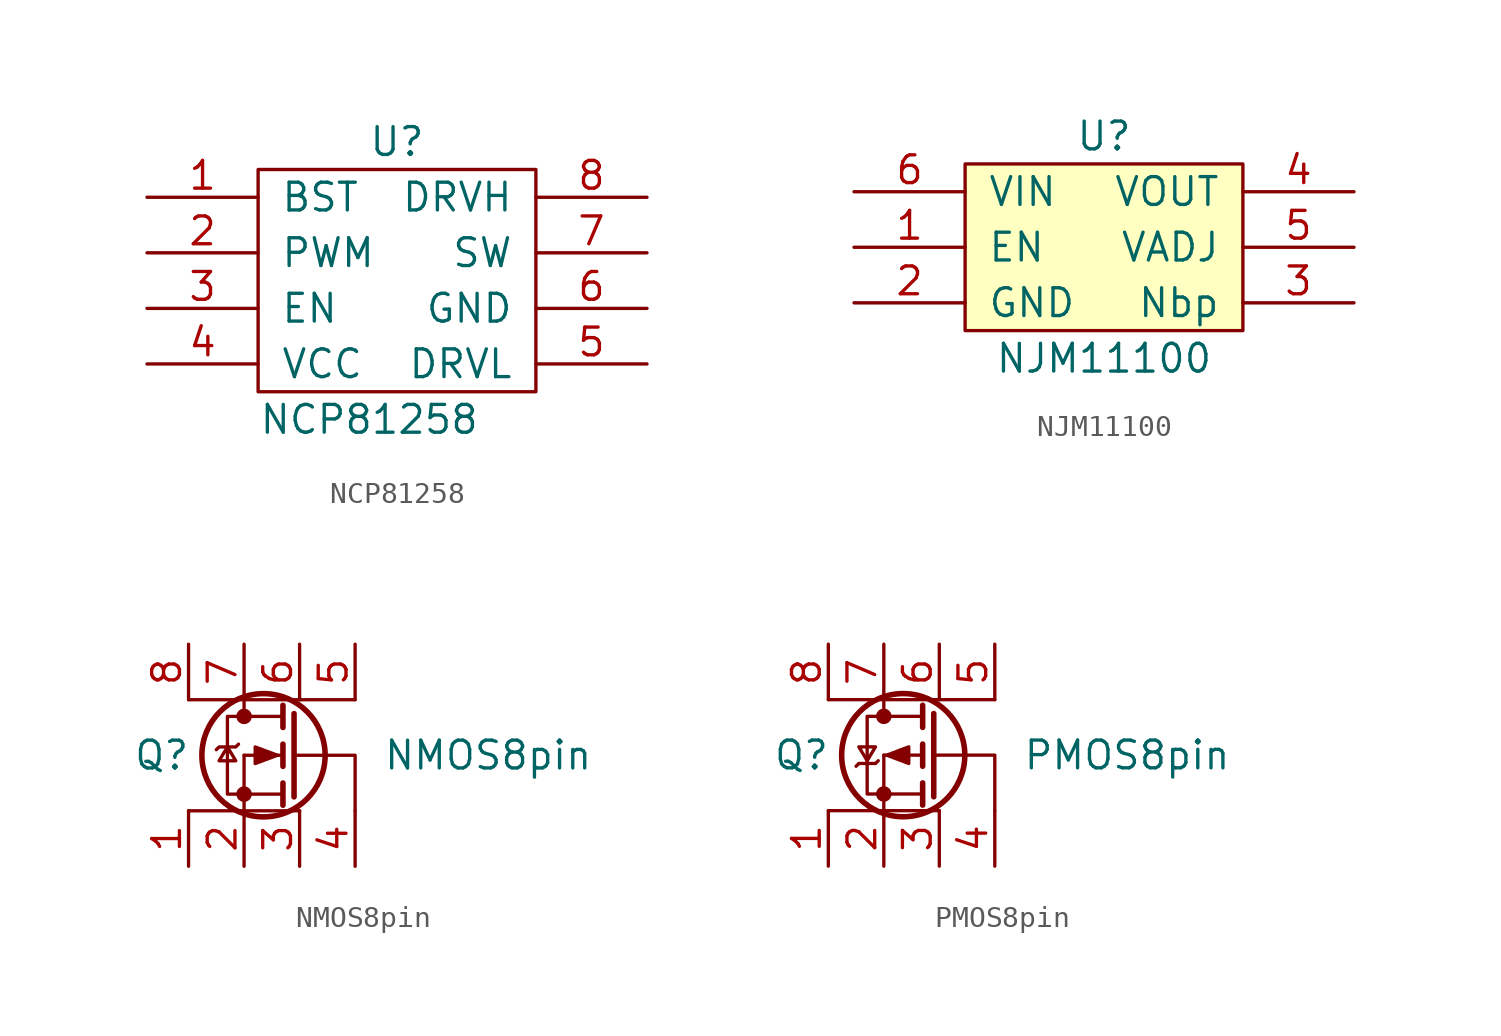
<source format=kicad_sym>
(kicad_symbol_lib
  (version 20211014)
  (generator kicad_symbol_editor)
  (symbol "NCP81258"
    (pin_names
      (offset 1.016))
    (property "Reference" "U"
      (at 0 6.35 0)
      (effects (font (size 1.27 1.27))))
    (property "Value" "NCP81258"
      (at -1.27 -6.35 0)
      (effects (font (size 1.27 1.27))))
    (symbol "NCP81258_0_1"
      (rectangle (start -6.35 5.08) (end 6.35 -5.08) (stroke (width 0) (type default) (color 0 0 0 0)) (fill (type none))))
    (symbol "NCP81258_1_1"
      (pin bidirectional line (at -11.43 3.81 0) (length 5.08) (name "BST" (effects (font (size 1.27 1.27)))) (number "1" (effects (font (size 1.27 1.27)))))
      (pin input line (at -11.43 1.27 0) (length 5.08) (name "PWM" (effects (font (size 1.27 1.27)))) (number "2" (effects (font (size 1.27 1.27)))))
      (pin bidirectional line (at -11.43 -1.27 0) (length 5.08) (name "EN" (effects (font (size 1.27 1.27)))) (number "3" (effects (font (size 1.27 1.27)))))
      (pin power_in line (at -11.43 -3.81 0) (length 5.08) (name "VCC" (effects (font (size 1.27 1.27)))) (number "4" (effects (font (size 1.27 1.27)))))
      (pin output line (at 11.43 -3.81 180) (length 5.08) (name "DRVL" (effects (font (size 1.27 1.27)))) (number "5" (effects (font (size 1.27 1.27)))))
      (pin power_out line (at 11.43 -1.27 180) (length 5.08) (name "GND" (effects (font (size 1.27 1.27)))) (number "6" (effects (font (size 1.27 1.27)))))
      (pin bidirectional line (at 11.43 1.27 180) (length 5.08) (name "SW" (effects (font (size 1.27 1.27)))) (number "7" (effects (font (size 1.27 1.27)))))
      (pin output line (at 11.43 3.81 180) (length 5.08) (name "DRVH" (effects (font (size 1.27 1.27)))) (number "8" (effects (font (size 1.27 1.27)))))
      (pin power_out line (at 0 -5.08 90) (length 5.08) hide (name "GND" (effects (font (size 1.27 1.27)))) (number "9" (effects (font (size 1.27 1.27)))))))
  (symbol "NJM11100"
    (pin_names
      (offset 1.016))
    (property "Reference" "U"
      (at 0 5.08 0)
      (effects (font (size 1.27 1.27))))
    (property "Value" "NJM11100"
      (at 0 -5.08 0)
      (effects (font (size 1.27 1.27))))
    (symbol "NJM11100_0_1"
      (rectangle (start -6.35 3.81) (end 6.35 -3.81) (stroke (width 0) (type default) (color 0 0 0 0)) (fill (type background))))
    (symbol "NJM11100_1_1"
      (pin input line (at -11.43 0 0) (length 5.08) (name "EN" (effects (font (size 1.27 1.27)))) (number "1" (effects (font (size 1.27 1.27)))))
      (pin power_out line (at -11.43 -2.54 0) (length 5.08) (name "GND" (effects (font (size 1.27 1.27)))) (number "2" (effects (font (size 1.27 1.27)))))
      (pin bidirectional line (at 11.43 -2.54 180) (length 5.08) (name "Nbp" (effects (font (size 1.27 1.27)))) (number "3" (effects (font (size 1.27 1.27)))))
      (pin power_out line (at 11.43 2.54 180) (length 5.08) (name "VOUT" (effects (font (size 1.27 1.27)))) (number "4" (effects (font (size 1.27 1.27)))))
      (pin bidirectional line (at 11.43 0 180) (length 5.08) (name "VADJ" (effects (font (size 1.27 1.27)))) (number "5" (effects (font (size 1.27 1.27)))))
      (pin power_in line (at -11.43 2.54 0) (length 5.08) (name "VIN" (effects (font (size 1.27 1.27)))) (number "6" (effects (font (size 1.27 1.27)))))))
  (symbol "NMOS8pin"
    (pin_names
      (offset 0) hide)
    (property "Reference" "Q"
      (at -5.08 0 0)
      (effects (font (size 1.27 1.27)) (justify left)))
    (property "Value" "NMOS8pin"
      (at 6.35 0 0)
      (effects (font (size 1.27 1.27)) (justify left)))
    (symbol "NMOS8pin_0_1"
      (circle (center 0 -1.778) (radius 0.279) (stroke (width 0) (type default) (color 0 0 0 0)) (fill (type outline)))
      (polyline (pts (xy -2.54 2.54) (xy 5.08 2.54)) (stroke (width 0) (type default) (color 0 0 0 0)) (fill (type none)))
      (polyline (pts (xy 0 -1.778) (xy 0 -2.54)) (stroke (width 0) (type default) (color 0 0 0 0)) (fill (type none)))
      (polyline (pts (xy 0 -1.778) (xy 0 0)) (stroke (width 0) (type default) (color 0 0 0 0)) (fill (type none)))
      (polyline (pts (xy 0 2.54) (xy 0 1.778)) (stroke (width 0) (type default) (color 0 0 0 0)) (fill (type none)))
      (polyline (pts (xy 1.778 -1.778) (xy 0 -1.778)) (stroke (width 0) (type default) (color 0 0 0 0)) (fill (type none)))
      (polyline (pts (xy 1.778 -1.27) (xy 1.778 -2.286)) (stroke (width 0.254) (type default) (color 0 0 0 0)) (fill (type none)))
      (polyline (pts (xy 1.778 0) (xy 0 0)) (stroke (width 0) (type default) (color 0 0 0 0)) (fill (type none)))
      (polyline (pts (xy 1.778 0.508) (xy 1.778 -0.508)) (stroke (width 0.254) (type default) (color 0 0 0 0)) (fill (type none)))
      (polyline (pts (xy 1.778 1.778) (xy 0 1.778)) (stroke (width 0) (type default) (color 0 0 0 0)) (fill (type none)))
      (polyline (pts (xy 1.778 2.286) (xy 1.778 1.27)) (stroke (width 0.254) (type default) (color 0 0 0 0)) (fill (type none)))
      (polyline (pts (xy 2.489 0) (xy 2.286 0)) (stroke (width 0) (type default) (color 0 0 0 0)) (fill (type none)))
      (polyline (pts (xy 2.54 -2.54) (xy -2.54 -2.54)) (stroke (width 0) (type default) (color 0 0 0 0)) (fill (type none)))
      (polyline (pts (xy 2.286 1.905) (xy 2.286 -1.905) (xy 2.286 -1.905)) (stroke (width 0.254) (type default) (color 0 0 0 0)) (fill (type none)))
      (polyline (pts (xy 5.08 -2.54) (xy 5.08 0) (xy 2.54 0)) (stroke (width 0) (type default) (color 0 0 0 0)) (fill (type none)))
      (polyline (pts (xy -0.762 0.381) (xy -0.381 -0.254) (xy -1.143 -0.254) (xy -0.762 0.381)) (stroke (width 0) (type default) (color 0 0 0 0)) (fill (type none)))
      (polyline (pts (xy -0.254 0.508) (xy -0.381 0.381) (xy -1.143 0.381) (xy -1.27 0.254)) (stroke (width 0) (type default) (color 0 0 0 0)) (fill (type none)))
      (polyline (pts (xy 0 -1.778) (xy -0.762 -1.778) (xy -0.762 1.778) (xy 0 1.778)) (stroke (width 0) (type default) (color 0 0 0 0)) (fill (type none)))
      (polyline (pts (xy 1.524 0) (xy 0.508 0.381) (xy 0.508 -0.381) (xy 1.524 0)) (stroke (width 0) (type default) (color 0 0 0 0)) (fill (type outline)))
      (circle (center 0 1.778) (radius 0.279) (stroke (width 0) (type default) (color 0 0 0 0)) (fill (type outline)))
      (circle (center 0.889 0) (radius 2.819) (stroke (width 0.254) (type default) (color 0 0 0 0)) (fill (type none))))
    (symbol "NMOS8pin_1_1"
      (pin passive line (at -2.54 -5.08 90) (length 2.54) (name "S" (effects (font (size 1.27 1.27)))) (number "1" (effects (font (size 1.27 1.27)))))
      (pin passive line (at 0 -5.08 90) (length 2.54) (name "S" (effects (font (size 1.27 1.27)))) (number "2" (effects (font (size 1.27 1.27)))))
      (pin passive line (at 2.54 -5.08 90) (length 2.54) (name "S" (effects (font (size 1.27 1.27)))) (number "3" (effects (font (size 1.27 1.27)))))
      (pin passive line (at 5.08 -5.08 90) (length 2.54) (name "G" (effects (font (size 1.27 1.27)))) (number "4" (effects (font (size 1.27 1.27)))))
      (pin passive line (at 5.08 5.08 270) (length 2.54) (name "D" (effects (font (size 1.27 1.27)))) (number "5" (effects (font (size 1.27 1.27)))))
      (pin bidirectional line (at 2.54 5.08 270) (length 2.54) (name "D" (effects (font (size 1.27 1.27)))) (number "6" (effects (font (size 1.27 1.27)))))
      (pin bidirectional line (at 0 5.08 270) (length 2.54) (name "D" (effects (font (size 1.27 1.27)))) (number "7" (effects (font (size 1.27 1.27)))))
      (pin passive line (at -2.54 5.08 270) (length 2.54) (name "D" (effects (font (size 1.27 1.27)))) (number "8" (effects (font (size 1.27 1.27)))))))
  (symbol "PMOS8pin"
    (pin_names
      (offset 0) hide)
    (property "Reference" "Q"
      (at -5.08 0 0)
      (effects (font (size 1.27 1.27)) (justify left)))
    (property "Value" "PMOS8pin"
      (at 6.35 0 0)
      (effects (font (size 1.27 1.27)) (justify left)))
    (symbol "PMOS8pin_0_1"
      (circle (center 0 -1.778) (radius 0.279) (stroke (width 0) (type default) (color 0 0 0 0)) (fill (type outline)))
      (polyline (pts (xy -2.54 2.54) (xy 5.08 2.54)) (stroke (width 0) (type default) (color 0 0 0 0)) (fill (type none)))
      (polyline (pts (xy 0 -1.778) (xy 0 -2.54)) (stroke (width 0) (type default) (color 0 0 0 0)) (fill (type none)))
      (polyline (pts (xy 0 -1.778) (xy 0 0)) (stroke (width 0) (type default) (color 0 0 0 0)) (fill (type none)))
      (polyline (pts (xy 0 2.54) (xy 0 1.778)) (stroke (width 0) (type default) (color 0 0 0 0)) (fill (type none)))
      (polyline (pts (xy 1.778 -1.778) (xy 0 -1.778)) (stroke (width 0) (type default) (color 0 0 0 0)) (fill (type none)))
      (polyline (pts (xy 1.778 -1.27) (xy 1.778 -2.286)) (stroke (width 0.254) (type default) (color 0 0 0 0)) (fill (type none)))
      (polyline (pts (xy 1.778 0) (xy 0 0)) (stroke (width 0) (type default) (color 0 0 0 0)) (fill (type none)))
      (polyline (pts (xy 1.778 0.508) (xy 1.778 -0.508)) (stroke (width 0.254) (type default) (color 0 0 0 0)) (fill (type none)))
      (polyline (pts (xy 1.778 1.778) (xy 0 1.778)) (stroke (width 0) (type default) (color 0 0 0 0)) (fill (type none)))
      (polyline (pts (xy 1.778 2.286) (xy 1.778 1.27)) (stroke (width 0.254) (type default) (color 0 0 0 0)) (fill (type none)))
      (polyline (pts (xy 2.489 0) (xy 2.286 0)) (stroke (width 0) (type default) (color 0 0 0 0)) (fill (type none)))
      (polyline (pts (xy 2.54 -2.54) (xy -2.54 -2.54)) (stroke (width 0) (type default) (color 0 0 0 0)) (fill (type none)))
      (polyline (pts (xy 2.286 1.905) (xy 2.286 -1.905) (xy 2.286 -1.905)) (stroke (width 0.254) (type default) (color 0 0 0 0)) (fill (type none)))
      (polyline (pts (xy 5.08 -2.54) (xy 5.08 0) (xy 2.54 0)) (stroke (width 0) (type default) (color 0 0 0 0)) (fill (type none)))
      (polyline (pts (xy -1.27 -0.508) (xy -1.143 -0.381) (xy -0.381 -0.381) (xy -0.254 -0.254)) (stroke (width 0) (type default) (color 0 0 0 0)) (fill (type none)))
      (polyline (pts (xy -0.762 -0.254) (xy -1.143 0.381) (xy -0.381 0.381) (xy -0.762 -0.254)) (stroke (width 0) (type default) (color 0 0 0 0)) (fill (type none)))
      (polyline (pts (xy 0 -1.778) (xy -0.762 -1.778) (xy -0.762 1.778) (xy 0 1.778)) (stroke (width 0) (type default) (color 0 0 0 0)) (fill (type none)))
      (polyline (pts (xy 0.127 0) (xy 1.143 -0.381) (xy 1.143 0.381) (xy 0.127 0)) (stroke (width 0) (type default) (color 0 0 0 0)) (fill (type outline)))
      (circle (center 0 1.778) (radius 0.279) (stroke (width 0) (type default) (color 0 0 0 0)) (fill (type outline)))
      (circle (center 0.889 0) (radius 2.819) (stroke (width 0.254) (type default) (color 0 0 0 0)) (fill (type none))))
    (symbol "PMOS8pin_1_1"
      (pin passive line (at -2.54 -5.08 90) (length 2.54) (name "S" (effects (font (size 1.27 1.27)))) (number "1" (effects (font (size 1.27 1.27)))))
      (pin passive line (at 0 -5.08 90) (length 2.54) (name "S" (effects (font (size 1.27 1.27)))) (number "2" (effects (font (size 1.27 1.27)))))
      (pin passive line (at 2.54 -5.08 90) (length 2.54) (name "S" (effects (font (size 1.27 1.27)))) (number "3" (effects (font (size 1.27 1.27)))))
      (pin passive line (at 5.08 -5.08 90) (length 2.54) (name "G" (effects (font (size 1.27 1.27)))) (number "4" (effects (font (size 1.27 1.27)))))
      (pin passive line (at 5.08 5.08 270) (length 2.54) (name "D" (effects (font (size 1.27 1.27)))) (number "5" (effects (font (size 1.27 1.27)))))
      (pin bidirectional line (at 2.54 5.08 270) (length 2.54) (name "D" (effects (font (size 1.27 1.27)))) (number "6" (effects (font (size 1.27 1.27)))))
      (pin bidirectional line (at 0 5.08 270) (length 2.54) (name "D" (effects (font (size 1.27 1.27)))) (number "7" (effects (font (size 1.27 1.27)))))
      (pin passive line (at -2.54 5.08 270) (length 2.54) (name "D" (effects (font (size 1.27 1.27)))) (number "8" (effects (font (size 1.27 1.27))))))))
</source>
